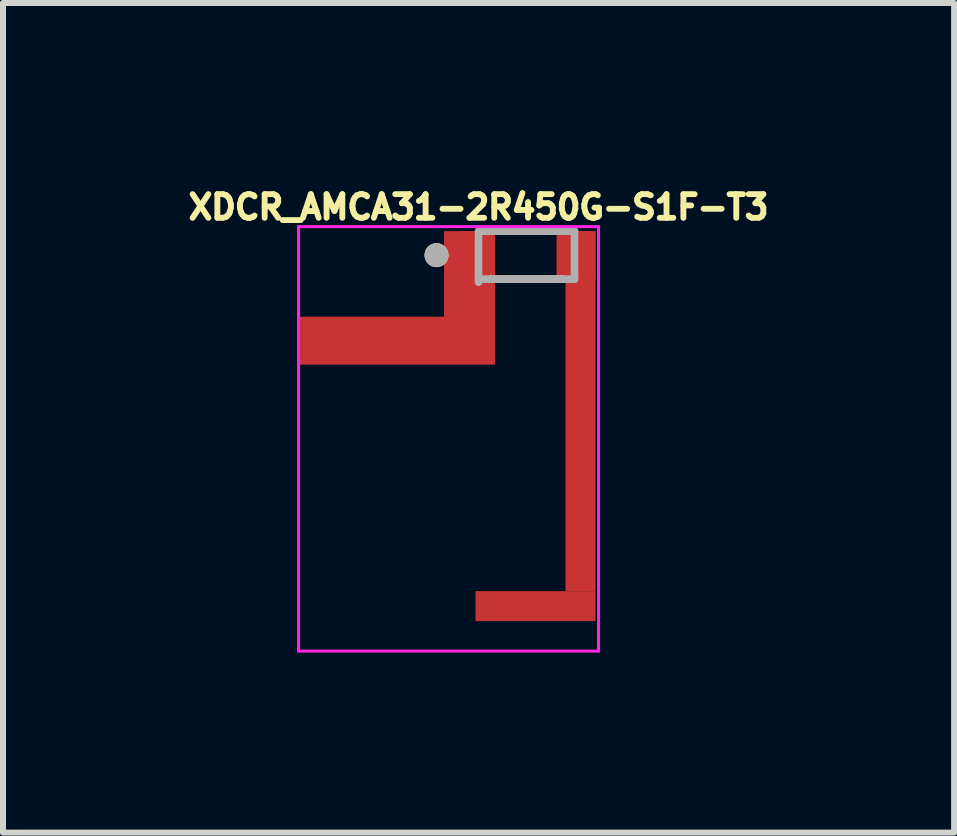
<source format=kicad_pcb>
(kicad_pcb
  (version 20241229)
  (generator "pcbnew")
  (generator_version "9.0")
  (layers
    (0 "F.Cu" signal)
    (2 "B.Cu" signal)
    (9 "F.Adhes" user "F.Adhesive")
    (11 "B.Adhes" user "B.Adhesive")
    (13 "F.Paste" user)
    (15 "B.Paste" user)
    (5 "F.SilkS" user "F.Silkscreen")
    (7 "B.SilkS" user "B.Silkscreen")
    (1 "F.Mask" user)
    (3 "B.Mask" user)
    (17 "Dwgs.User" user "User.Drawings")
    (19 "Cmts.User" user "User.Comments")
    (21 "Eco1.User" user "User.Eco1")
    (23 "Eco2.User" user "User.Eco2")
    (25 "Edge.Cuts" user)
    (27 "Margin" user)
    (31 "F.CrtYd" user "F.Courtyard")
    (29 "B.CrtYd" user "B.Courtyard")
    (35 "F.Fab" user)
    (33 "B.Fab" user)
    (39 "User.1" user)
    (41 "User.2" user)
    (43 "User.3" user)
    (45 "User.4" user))
  (footprint "XDCR_AMCA31-2R450G-S1F-T3"
    (layer "F.Cu")
    (at 5.726 1.203)
    (property "Reference" "XDCR_AMCA31-2R450G-S1F-T3" (at -0.8 -0.8 0) (layer "F.SilkS") (effects (font (size 0.394 0.394) (thickness 0.098))))
    (attr smd)
    (fp_rect (start -3.775 1.025) (end -0.525 1.825) (stroke (width 0) (type solid)) (fill yes) (layer "F.Cu"))
    (fp_rect (start -1.375 -0.4) (end -0.525 1.03) (stroke (width 0) (type solid)) (fill yes) (layer "F.Cu"))
    (fp_rect (start -0.85 5.6) (end 1.15 6.1) (stroke (width 0) (type solid)) (fill yes) (layer "F.Cu"))
    (fp_rect (start 0.5 -0.4) (end 1.15 0.4) (stroke (width 0) (type solid)) (fill yes) (layer "F.Cu"))
    (fp_rect (start 0.65 -0.4) (end 1.15 5.6) (stroke (width 0) (type solid)) (fill yes) (layer "F.Cu"))
    (fp_line (start -0.6 -0.4) (end 0.6 -0.4) (stroke (width 0.127) (type solid)) (layer "F.SilkS"))
    (fp_line (start -0.6 0.4) (end 0.6 0.4) (stroke (width 0.127) (type solid)) (layer "F.SilkS"))
    (fp_circle (center -1.5 0) (end -1.4 0) (stroke (width 0.2) (type solid)) (fill no) (layer "F.SilkS"))
    (fp_line (start -3.8 -0.475) (end 1.2 -0.475) (stroke (width 0.05) (type solid)) (layer "F.CrtYd"))
    (fp_line (start -3.8 6.6) (end -3.8 -0.475) (stroke (width 0.05) (type solid)) (layer "F.CrtYd"))
    (fp_line (start -3.8 6.6) (end 1.2 6.6) (stroke (width 0.05) (type solid)) (layer "F.CrtYd"))
    (fp_line (start 1.2 6.6) (end 1.2 -0.475) (stroke (width 0.05) (type solid)) (layer "F.CrtYd"))
    (fp_line (start -0.8 0.45) (end -0.8 -0.35) (stroke (width 0.127) (type solid)) (layer "F.Fab"))
    (fp_line (start 0.8 -0.4) (end -0.8 -0.4) (stroke (width 0.127) (type solid)) (layer "F.Fab"))
    (fp_line (start 0.8 0.4) (end -0.8 0.4) (stroke (width 0.127) (type solid)) (layer "F.Fab"))
    (fp_line (start 0.8 0.4) (end 0.8 -0.4) (stroke (width 0.127) (type solid)) (layer "F.Fab"))
    (fp_circle (center -1.5 0) (end -1.4 0) (stroke (width 0.2) (type solid)) (fill no) (layer "F.Fab"))
    (pad "1" smd rect (at -0.825 0) (size 0.55 0.8) (layers "F.Cu" "F.Mask" "F.Paste"))
    (pad "2" smd rect (at 0.825 0) (size 0.55 0.8) (layers "F.Cu" "F.Mask" "F.Paste")))
  (gr_rect
    (start -3 -3)
    (end 12.853 10.828)
    (stroke (width 0.1) (type default))
    (fill no)
    (layer "Edge.Cuts")))
</source>
